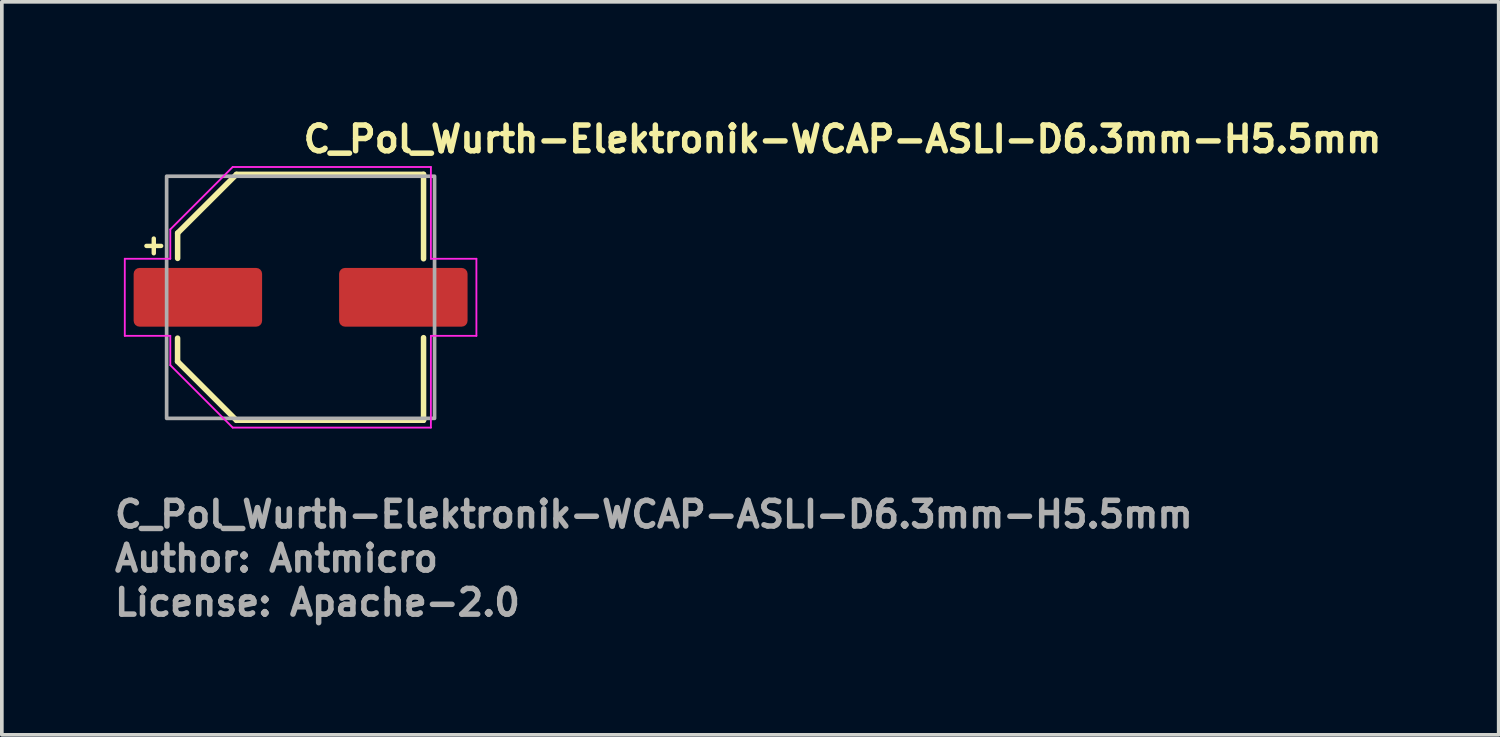
<source format=kicad_pcb>
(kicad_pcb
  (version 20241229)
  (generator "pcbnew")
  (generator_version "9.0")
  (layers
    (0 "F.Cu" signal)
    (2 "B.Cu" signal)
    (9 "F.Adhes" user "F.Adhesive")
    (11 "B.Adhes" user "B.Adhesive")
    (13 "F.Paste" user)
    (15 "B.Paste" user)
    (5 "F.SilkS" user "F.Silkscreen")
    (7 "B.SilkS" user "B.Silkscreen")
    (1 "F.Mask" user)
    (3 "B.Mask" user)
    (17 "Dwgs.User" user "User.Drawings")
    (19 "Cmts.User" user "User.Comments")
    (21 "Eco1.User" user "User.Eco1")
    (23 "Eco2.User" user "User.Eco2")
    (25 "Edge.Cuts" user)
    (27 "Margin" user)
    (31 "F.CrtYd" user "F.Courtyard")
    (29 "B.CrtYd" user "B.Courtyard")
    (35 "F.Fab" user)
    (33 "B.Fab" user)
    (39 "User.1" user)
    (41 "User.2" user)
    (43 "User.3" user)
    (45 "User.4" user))
  (footprint "C_Pol_Wurth-Elektronik-WCAP-ASLI-D6.3mm-H5.5mm"
    (layer "F.Cu")
    (at 5.14 5.05)
    (property "Reference" "C_Pol_Wurth-Elektronik-WCAP-ASLI-D6.3mm-H5.5mm" (at 0 -3.9 0) (layer "F.SilkS") (effects (font (size 0.7 0.7) (thickness 0.15)) (justify left bottom)))
    (attr smd)
    (fp_line (start -4.2 -1.4) (end -3.8 -1.4) (stroke (width 0.12) (type solid)) (layer "F.SilkS"))
    (fp_line (start -4 -1.6) (end -4 -1.2) (stroke (width 0.12) (type solid)) (layer "F.SilkS"))
    (fp_line (start -3.352 1.748) (end -3.352 1.113) (stroke (width 0.15) (type solid)) (layer "F.SilkS"))
    (fp_line (start -3.352 1.748) (end -1.748 3.352) (stroke (width 0.15) (type solid)) (layer "F.SilkS"))
    (fp_line (start -3.35 -1.75) (end -3.35 -1.06) (stroke (width 0.15) (type solid)) (layer "F.SilkS"))
    (fp_line (start -3.35 -1.75) (end -1.747 -3.349) (stroke (width 0.15) (type solid)) (layer "F.SilkS"))
    (fp_line (start -1.748 3.35) (end 3.35 3.35) (stroke (width 0.15) (type solid)) (layer "F.SilkS"))
    (fp_line (start -1.747 -3.349) (end 3.35 -3.35) (stroke (width 0.15) (type solid)) (layer "F.SilkS"))
    (fp_line (start 3.35 -3.35) (end 3.35 -1.05) (stroke (width 0.15) (type solid)) (layer "F.SilkS"))
    (fp_line (start 3.35 3.35) (end 3.35 1.1) (stroke (width 0.15) (type solid)) (layer "F.SilkS"))
    (fp_line (start -4.79 1.05) (end -4.79 -1.05) (stroke (width 0.05) (type solid)) (layer "F.CrtYd"))
    (fp_line (start -4.79 1.05) (end -3.55 1.05) (stroke (width 0.05) (type solid)) (layer "F.CrtYd"))
    (fp_line (start -3.55 -1.85) (end -3.55 -1.05) (stroke (width 0.05) (type solid)) (layer "F.CrtYd"))
    (fp_line (start -3.55 -1.85) (end -1.85 -3.55) (stroke (width 0.05) (type solid)) (layer "F.CrtYd"))
    (fp_line (start -3.55 -1.05) (end -4.79 -1.05) (stroke (width 0.05) (type solid)) (layer "F.CrtYd"))
    (fp_line (start -3.55 1.05) (end -3.55 1.85) (stroke (width 0.05) (type solid)) (layer "F.CrtYd"))
    (fp_line (start -1.85 -3.55) (end 3.55 -3.55) (stroke (width 0.05) (type solid)) (layer "F.CrtYd"))
    (fp_line (start -1.85 3.55) (end -3.55 1.85) (stroke (width 0.05) (type solid)) (layer "F.CrtYd"))
    (fp_line (start -1.85 3.55) (end 3.55 3.55) (stroke (width 0.05) (type solid)) (layer "F.CrtYd"))
    (fp_line (start 3.55 -3.55) (end 3.55 -1.05) (stroke (width 0.05) (type solid)) (layer "F.CrtYd"))
    (fp_line (start 3.55 -1.05) (end 4.79 -1.05) (stroke (width 0.05) (type solid)) (layer "F.CrtYd"))
    (fp_line (start 3.55 3.55) (end 3.55 1.05) (stroke (width 0.05) (type solid)) (layer "F.CrtYd"))
    (fp_line (start 4.79 -1.05) (end 4.79 1.05) (stroke (width 0.05) (type solid)) (layer "F.CrtYd"))
    (fp_line (start 4.79 1.05) (end 3.55 1.05) (stroke (width 0.05) (type solid)) (layer "F.CrtYd"))
    (fp_rect (start -3.65 -3.299) (end 3.65 3.299) (stroke (width 0.1) (type solid)) (fill no) (layer "F.Fab"))
    (fp_rect (start -3.65 -3.299) (end 3.65 3.299) (stroke (width 0.1) (type solid)) (fill no) (layer "User.5"))
    (fp_line (start -3.658 0.325) (end -3.658 -0.325) (stroke (width 0.02) (type solid)) (layer "User.9"))
    (fp_line (start -3.308 -1.75) (end -1.758 -3.299) (stroke (width 0.02) (type solid)) (layer "User.9"))
    (fp_line (start -3.308 -1) (end -3.308 -1.75) (stroke (width 0.02) (type solid)) (layer "User.9"))
    (fp_line (start -3.308 -0.325) (end -3.658 -0.325) (stroke (width 0.02) (type solid)) (layer "User.9"))
    (fp_line (start -3.308 0.325) (end -3.658 0.325) (stroke (width 0.02) (type solid)) (layer "User.9"))
    (fp_line (start -3.308 1) (end -3.308 -1) (stroke (width 0.02) (type solid)) (layer "User.9"))
    (fp_line (start -3.308 1) (end -2.995 1) (stroke (width 0.02) (type solid)) (layer "User.9"))
    (fp_line (start -3.308 1.75) (end -3.308 1) (stroke (width 0.02) (type solid)) (layer "User.9"))
    (fp_line (start -3.158 0) (end -3.153 -0.162) (stroke (width 0.02) (type solid)) (layer "User.9"))
    (fp_line (start -3.153 -0.162) (end -3.141 -0.321) (stroke (width 0.02) (type solid)) (layer "User.9"))
    (fp_line (start -3.153 0.162) (end -3.157 0) (stroke (width 0.02) (type solid)) (layer "User.9"))
    (fp_line (start -3.141 -0.321) (end -3.121 -0.479) (stroke (width 0.02) (type solid)) (layer "User.9"))
    (fp_line (start -3.141 0.322) (end -3.153 0.162) (stroke (width 0.02) (type solid)) (layer "User.9"))
    (fp_line (start -3.121 -0.479) (end -3.093 -0.634) (stroke (width 0.02) (type solid)) (layer "User.9"))
    (fp_line (start -3.121 0.479) (end -3.141 0.322) (stroke (width 0.02) (type solid)) (layer "User.9"))
    (fp_line (start -3.093 -0.634) (end -3.058 -0.786) (stroke (width 0.02) (type solid)) (layer "User.9"))
    (fp_line (start -3.093 0.634) (end -3.121 0.479) (stroke (width 0.02) (type solid)) (layer "User.9"))
    (fp_line (start -3.058 -0.786) (end -3.016 -0.936) (stroke (width 0.02) (type solid)) (layer "User.9"))
    (fp_line (start -3.058 0.787) (end -3.093 0.634) (stroke (width 0.02) (type solid)) (layer "User.9"))
    (fp_line (start -3.016 -0.936) (end -2.966 -1.082) (stroke (width 0.02) (type solid)) (layer "User.9"))
    (fp_line (start -3.016 0.936) (end -3.058 0.787) (stroke (width 0.02) (type solid)) (layer "User.9"))
    (fp_line (start -2.995 -1) (end -3.308 -1) (stroke (width 0.02) (type solid)) (layer "User.9"))
    (fp_line (start -2.966 -1.082) (end -2.91 -1.225) (stroke (width 0.02) (type solid)) (layer "User.9"))
    (fp_line (start -2.966 1.082) (end -3.016 0.936) (stroke (width 0.02) (type solid)) (layer "User.9"))
    (fp_line (start -2.91 -1.225) (end -2.847 -1.365) (stroke (width 0.02) (type solid)) (layer "User.9"))
    (fp_line (start -2.91 1.225) (end -2.966 1.082) (stroke (width 0.02) (type solid)) (layer "User.9"))
    (fp_line (start -2.847 -1.365) (end -2.777 -1.5) (stroke (width 0.02) (type solid)) (layer "User.9"))
    (fp_line (start -2.846 1.365) (end -2.91 1.225) (stroke (width 0.02) (type solid)) (layer "User.9"))
    (fp_line (start -2.777 -1.5) (end -2.701 -1.632) (stroke (width 0.02) (type solid)) (layer "User.9"))
    (fp_line (start -2.777 1.501) (end -2.846 1.365) (stroke (width 0.02) (type solid)) (layer "User.9"))
    (fp_line (start -2.701 -1.632) (end -2.619 -1.76) (stroke (width 0.02) (type solid)) (layer "User.9"))
    (fp_line (start -2.701 1.632) (end -2.777 1.501) (stroke (width 0.02) (type solid)) (layer "User.9"))
    (fp_line (start -2.619 -1.76) (end -2.531 -1.883) (stroke (width 0.02) (type solid)) (layer "User.9"))
    (fp_line (start -2.619 1.76) (end -2.701 1.632) (stroke (width 0.02) (type solid)) (layer "User.9"))
    (fp_line (start -2.531 -1.883) (end -2.438 -2.002) (stroke (width 0.02) (type solid)) (layer "User.9"))
    (fp_line (start -2.531 1.884) (end -2.619 1.76) (stroke (width 0.02) (type solid)) (layer "User.9"))
    (fp_line (start -2.438 -2.002) (end -2.339 -2.117) (stroke (width 0.02) (type solid)) (layer "User.9"))
    (fp_line (start -2.438 2.003) (end -2.531 1.884) (stroke (width 0.02) (type solid)) (layer "User.9"))
    (fp_line (start -2.339 -2.117) (end -2.235 -2.226) (stroke (width 0.02) (type solid)) (layer "User.9"))
    (fp_line (start -2.339 2.117) (end -2.438 2.003) (stroke (width 0.02) (type solid)) (layer "User.9"))
    (fp_line (start -2.235 -2.226) (end -2.125 -2.33) (stroke (width 0.02) (type solid)) (layer "User.9"))
    (fp_line (start -2.234 2.226) (end -2.339 2.117) (stroke (width 0.02) (type solid)) (layer "User.9"))
    (fp_line (start -2.125 -2.33) (end -2.011 -2.429) (stroke (width 0.02) (type solid)) (layer "User.9"))
    (fp_line (start -2.125 2.33) (end -2.234 2.226) (stroke (width 0.02) (type solid)) (layer "User.9"))
    (fp_line (start -2.011 -2.429) (end -1.891 -2.523) (stroke (width 0.02) (type solid)) (layer "User.9"))
    (fp_line (start -2.011 2.429) (end -2.125 2.33) (stroke (width 0.02) (type solid)) (layer "User.9"))
    (fp_line (start -1.891 -2.523) (end -1.768 -2.61) (stroke (width 0.02) (type solid)) (layer "User.9"))
    (fp_line (start -1.891 2.523) (end -2.011 2.429) (stroke (width 0.02) (type solid)) (layer "User.9"))
    (fp_line (start -1.768 -2.61) (end -1.641 -2.692) (stroke (width 0.02) (type solid)) (layer "User.9"))
    (fp_line (start -1.768 2.611) (end -1.891 2.523) (stroke (width 0.02) (type solid)) (layer "User.9"))
    (fp_line (start -1.758 -3.299) (end -1.008 -3.299) (stroke (width 0.02) (type solid)) (layer "User.9"))
    (fp_line (start -1.758 3.299) (end -3.308 1.75) (stroke (width 0.02) (type solid)) (layer "User.9"))
    (fp_line (start -1.641 -2.692) (end -1.508 -2.768) (stroke (width 0.02) (type solid)) (layer "User.9"))
    (fp_line (start -1.64 2.693) (end -1.768 2.611) (stroke (width 0.02) (type solid)) (layer "User.9"))
    (fp_line (start -1.508 -2.768) (end -1.372 -2.838) (stroke (width 0.02) (type solid)) (layer "User.9"))
    (fp_line (start -1.508 2.768) (end -1.64 2.693) (stroke (width 0.02) (type solid)) (layer "User.9"))
    (fp_line (start -1.372 -2.838) (end -1.233 -2.901) (stroke (width 0.02) (type solid)) (layer "User.9"))
    (fp_line (start -1.372 2.838) (end -1.508 2.768) (stroke (width 0.02) (type solid)) (layer "User.9"))
    (fp_line (start -1.233 -2.901) (end -1.09 -2.957) (stroke (width 0.02) (type solid)) (layer "User.9"))
    (fp_line (start -1.233 2.901) (end -1.372 2.838) (stroke (width 0.02) (type solid)) (layer "User.9"))
    (fp_line (start -1.09 -2.957) (end -0.943 -3.007) (stroke (width 0.02) (type solid)) (layer "User.9"))
    (fp_line (start -1.09 2.957) (end -1.233 2.901) (stroke (width 0.02) (type solid)) (layer "User.9"))
    (fp_line (start -1.008 -3.299) (end -1.008 -2.987) (stroke (width 0.02) (type solid)) (layer "User.9"))
    (fp_line (start -1.008 -3.299) (end 0.992 -3.299) (stroke (width 0.02) (type solid)) (layer "User.9"))
    (fp_line (start -1.008 2.987) (end -1.008 3.299) (stroke (width 0.02) (type solid)) (layer "User.9"))
    (fp_line (start -1.008 3.299) (end -1.758 3.299) (stroke (width 0.02) (type solid)) (layer "User.9"))
    (fp_line (start -0.943 -3.007) (end -0.794 -3.049) (stroke (width 0.02) (type solid)) (layer "User.9"))
    (fp_line (start -0.943 3.007) (end -1.09 2.957) (stroke (width 0.02) (type solid)) (layer "User.9"))
    (fp_line (start -0.794 -3.049) (end -0.642 -3.084) (stroke (width 0.02) (type solid)) (layer "User.9"))
    (fp_line (start -0.794 3.049) (end -0.943 3.007) (stroke (width 0.02) (type solid)) (layer "User.9"))
    (fp_line (start -0.642 -3.084) (end -0.487 -3.112) (stroke (width 0.02) (type solid)) (layer "User.9"))
    (fp_line (start -0.642 3.084) (end -0.794 3.049) (stroke (width 0.02) (type solid)) (layer "User.9"))
    (fp_line (start -0.487 -3.112) (end -0.33 -3.132) (stroke (width 0.02) (type solid)) (layer "User.9"))
    (fp_line (start -0.487 3.112) (end -0.642 3.084) (stroke (width 0.02) (type solid)) (layer "User.9"))
    (fp_line (start -0.33 -3.132) (end -0.169 -3.144) (stroke (width 0.02) (type solid)) (layer "User.9"))
    (fp_line (start -0.329 3.132) (end -0.487 3.112) (stroke (width 0.02) (type solid)) (layer "User.9"))
    (fp_line (start -0.169 -3.144) (end -0.008 -3.148) (stroke (width 0.02) (type solid)) (layer "User.9"))
    (fp_line (start -0.169 3.144) (end -0.329 3.132) (stroke (width 0.02) (type solid)) (layer "User.9"))
    (fp_line (start -0.008 -3.148) (end -0.008 -3.148) (stroke (width 0.02) (type solid)) (layer "User.9"))
    (fp_line (start -0.008 -3.148) (end 0.153 -3.144) (stroke (width 0.02) (type solid)) (layer "User.9"))
    (fp_line (start -0.008 3.148) (end -0.169 3.144) (stroke (width 0.02) (type solid)) (layer "User.9"))
    (fp_line (start -0.008 3.148) (end -0.008 3.148) (stroke (width 0.02) (type solid)) (layer "User.9"))
    (fp_line (start 0.153 -3.144) (end 0.314 -3.132) (stroke (width 0.02) (type solid)) (layer "User.9"))
    (fp_line (start 0.154 3.144) (end -0.008 3.148) (stroke (width 0.02) (type solid)) (layer "User.9"))
    (fp_line (start 0.314 -3.132) (end 0.472 -3.112) (stroke (width 0.02) (type solid)) (layer "User.9"))
    (fp_line (start 0.314 3.132) (end 0.154 3.144) (stroke (width 0.02) (type solid)) (layer "User.9"))
    (fp_line (start 0.472 -3.112) (end 0.626 -3.084) (stroke (width 0.02) (type solid)) (layer "User.9"))
    (fp_line (start 0.472 3.112) (end 0.314 3.132) (stroke (width 0.02) (type solid)) (layer "User.9"))
    (fp_line (start 0.626 -3.084) (end 0.778 -3.049) (stroke (width 0.02) (type solid)) (layer "User.9"))
    (fp_line (start 0.626 3.084) (end 0.472 3.112) (stroke (width 0.02) (type solid)) (layer "User.9"))
    (fp_line (start 0.778 -3.049) (end 0.928 -3.007) (stroke (width 0.02) (type solid)) (layer "User.9"))
    (fp_line (start 0.779 3.049) (end 0.626 3.084) (stroke (width 0.02) (type solid)) (layer "User.9"))
    (fp_line (start 0.928 -3.007) (end 1.075 -2.957) (stroke (width 0.02) (type solid)) (layer "User.9"))
    (fp_line (start 0.928 3.007) (end 0.779 3.049) (stroke (width 0.02) (type solid)) (layer "User.9"))
    (fp_line (start 0.992 -3.299) (end 2.992 -3.299) (stroke (width 0.02) (type solid)) (layer "User.9"))
    (fp_line (start 0.992 -2.987) (end 0.992 -3.299) (stroke (width 0.02) (type solid)) (layer "User.9"))
    (fp_line (start 0.992 3.299) (end -1.008 3.299) (stroke (width 0.02) (type solid)) (layer "User.9"))
    (fp_line (start 0.992 3.299) (end 0.992 2.987) (stroke (width 0.02) (type solid)) (layer "User.9"))
    (fp_line (start 1.075 -2.957) (end 1.218 -2.901) (stroke (width 0.02) (type solid)) (layer "User.9"))
    (fp_line (start 1.075 2.957) (end 0.928 3.007) (stroke (width 0.02) (type solid)) (layer "User.9"))
    (fp_line (start 1.125 -2.598) (end 1.222 -2.554) (stroke (width 0.02) (type solid)) (layer "User.9"))
    (fp_line (start 1.125 2.598) (end 1.125 -2.598) (stroke (width 0.02) (type solid)) (layer "User.9"))
    (fp_line (start 1.218 -2.901) (end 1.357 -2.838) (stroke (width 0.02) (type solid)) (layer "User.9"))
    (fp_line (start 1.218 2.901) (end 1.075 2.957) (stroke (width 0.02) (type solid)) (layer "User.9"))
    (fp_line (start 1.222 -2.554) (end 1.315 -2.507) (stroke (width 0.02) (type solid)) (layer "User.9"))
    (fp_line (start 1.315 -2.507) (end 1.406 -2.456) (stroke (width 0.02) (type solid)) (layer "User.9"))
    (fp_line (start 1.315 2.507) (end 1.126 2.598) (stroke (width 0.02) (type solid)) (layer "User.9"))
    (fp_line (start 1.357 -2.838) (end 1.494 -2.768) (stroke (width 0.02) (type solid)) (layer "User.9"))
    (fp_line (start 1.357 2.838) (end 1.218 2.901) (stroke (width 0.02) (type solid)) (layer "User.9"))
    (fp_line (start 1.406 -2.456) (end 1.496 -2.403) (stroke (width 0.02) (type solid)) (layer "User.9"))
    (fp_line (start 1.494 -2.768) (end 1.625 -2.693) (stroke (width 0.02) (type solid)) (layer "User.9"))
    (fp_line (start 1.494 2.768) (end 1.357 2.838) (stroke (width 0.02) (type solid)) (layer "User.9"))
    (fp_line (start 1.496 -2.403) (end 1.583 -2.347) (stroke (width 0.02) (type solid)) (layer "User.9"))
    (fp_line (start 1.496 2.403) (end 1.315 2.507) (stroke (width 0.02) (type solid)) (layer "User.9"))
    (fp_line (start 1.583 -2.347) (end 1.666 -2.287) (stroke (width 0.02) (type solid)) (layer "User.9"))
    (fp_line (start 1.625 -2.693) (end 1.752 -2.611) (stroke (width 0.02) (type solid)) (layer "User.9"))
    (fp_line (start 1.625 2.692) (end 1.494 2.768) (stroke (width 0.02) (type solid)) (layer "User.9"))
    (fp_line (start 1.666 -2.287) (end 1.748 -2.225) (stroke (width 0.02) (type solid)) (layer "User.9"))
    (fp_line (start 1.666 2.287) (end 1.496 2.403) (stroke (width 0.02) (type solid)) (layer "User.9"))
    (fp_line (start 1.748 -2.225) (end 1.827 -2.16) (stroke (width 0.02) (type solid)) (layer "User.9"))
    (fp_line (start 1.752 -2.611) (end 1.876 -2.523) (stroke (width 0.02) (type solid)) (layer "User.9"))
    (fp_line (start 1.752 2.61) (end 1.625 2.692) (stroke (width 0.02) (type solid)) (layer "User.9"))
    (fp_line (start 1.827 -2.16) (end 1.904 -2.093) (stroke (width 0.02) (type solid)) (layer "User.9"))
    (fp_line (start 1.827 2.16) (end 1.666 2.287) (stroke (width 0.02) (type solid)) (layer "User.9"))
    (fp_line (start 1.876 -2.523) (end 1.996 -2.429) (stroke (width 0.02) (type solid)) (layer "User.9"))
    (fp_line (start 1.876 2.523) (end 1.752 2.61) (stroke (width 0.02) (type solid)) (layer "User.9"))
    (fp_line (start 1.904 -2.093) (end 1.978 -2.022) (stroke (width 0.02) (type solid)) (layer "User.9"))
    (fp_line (start 1.978 -2.022) (end 2.05 -1.95) (stroke (width 0.02) (type solid)) (layer "User.9"))
    (fp_line (start 1.978 2.022) (end 1.827 2.16) (stroke (width 0.02) (type solid)) (layer "User.9"))
    (fp_line (start 1.996 -2.429) (end 2.11 -2.33) (stroke (width 0.02) (type solid)) (layer "User.9"))
    (fp_line (start 1.996 2.429) (end 1.876 2.523) (stroke (width 0.02) (type solid)) (layer "User.9"))
    (fp_line (start 2.05 -1.95) (end 2.118 -1.875) (stroke (width 0.02) (type solid)) (layer "User.9"))
    (fp_line (start 2.11 -2.33) (end 2.219 -2.226) (stroke (width 0.02) (type solid)) (layer "User.9"))
    (fp_line (start 2.11 2.33) (end 1.996 2.429) (stroke (width 0.02) (type solid)) (layer "User.9"))
    (fp_line (start 2.118 -1.875) (end 2.184 -1.797) (stroke (width 0.02) (type solid)) (layer "User.9"))
    (fp_line (start 2.118 1.875) (end 1.978 2.022) (stroke (width 0.02) (type solid)) (layer "User.9"))
    (fp_line (start 2.184 -1.797) (end 2.247 -1.718) (stroke (width 0.02) (type solid)) (layer "User.9"))
    (fp_line (start 2.219 -2.226) (end 2.324 -2.117) (stroke (width 0.02) (type solid)) (layer "User.9"))
    (fp_line (start 2.219 2.226) (end 2.11 2.33) (stroke (width 0.02) (type solid)) (layer "User.9"))
    (fp_line (start 2.247 -1.718) (end 2.307 -1.636) (stroke (width 0.02) (type solid)) (layer "User.9"))
    (fp_line (start 2.247 1.718) (end 2.118 1.875) (stroke (width 0.02) (type solid)) (layer "User.9"))
    (fp_line (start 2.307 -1.636) (end 2.364 -1.552) (stroke (width 0.02) (type solid)) (layer "User.9"))
    (fp_line (start 2.324 -2.117) (end 2.423 -2.003) (stroke (width 0.02) (type solid)) (layer "User.9"))
    (fp_line (start 2.324 2.117) (end 2.219 2.226) (stroke (width 0.02) (type solid)) (layer "User.9"))
    (fp_line (start 2.364 -1.552) (end 2.418 -1.467) (stroke (width 0.02) (type solid)) (layer "User.9"))
    (fp_line (start 2.364 1.552) (end 2.247 1.718) (stroke (width 0.02) (type solid)) (layer "User.9"))
    (fp_line (start 2.418 -1.467) (end 2.469 -1.379) (stroke (width 0.02) (type solid)) (layer "User.9"))
    (fp_line (start 2.423 -2.003) (end 2.516 -1.884) (stroke (width 0.02) (type solid)) (layer "User.9"))
    (fp_line (start 2.423 2.002) (end 2.324 2.117) (stroke (width 0.02) (type solid)) (layer "User.9"))
    (fp_line (start 2.469 -1.379) (end 2.517 -1.289) (stroke (width 0.02) (type solid)) (layer "User.9"))
    (fp_line (start 2.469 1.379) (end 2.364 1.552) (stroke (width 0.02) (type solid)) (layer "User.9"))
    (fp_line (start 2.516 -1.884) (end 2.604 -1.76) (stroke (width 0.02) (type solid)) (layer "User.9"))
    (fp_line (start 2.516 1.883) (end 2.423 2.002) (stroke (width 0.02) (type solid)) (layer "User.9"))
    (fp_line (start 2.517 -1.289) (end 2.562 -1.198) (stroke (width 0.02) (type solid)) (layer "User.9"))
    (fp_line (start 2.562 -1.198) (end 2.602 -1.105) (stroke (width 0.02) (type solid)) (layer "User.9"))
    (fp_line (start 2.562 1.198) (end 2.469 1.379) (stroke (width 0.02) (type solid)) (layer "User.9"))
    (fp_line (start 2.602 -1.105) (end 2.641 -1.011) (stroke (width 0.02) (type solid)) (layer "User.9"))
    (fp_line (start 2.604 -1.76) (end 2.686 -1.632) (stroke (width 0.02) (type solid)) (layer "User.9"))
    (fp_line (start 2.604 1.76) (end 2.516 1.883) (stroke (width 0.02) (type solid)) (layer "User.9"))
    (fp_line (start 2.641 -1.011) (end 2.675 -0.915) (stroke (width 0.02) (type solid)) (layer "User.9"))
    (fp_line (start 2.641 1.011) (end 2.562 1.198) (stroke (width 0.02) (type solid)) (layer "User.9"))
    (fp_line (start 2.675 -0.915) (end 2.707 -0.818) (stroke (width 0.02) (type solid)) (layer "User.9"))
    (fp_line (start 2.686 -1.632) (end 2.762 -1.501) (stroke (width 0.02) (type solid)) (layer "User.9"))
    (fp_line (start 2.686 1.632) (end 2.604 1.76) (stroke (width 0.02) (type solid)) (layer "User.9"))
    (fp_line (start 2.707 -0.818) (end 2.735 -0.719) (stroke (width 0.02) (type solid)) (layer "User.9"))
    (fp_line (start 2.707 0.818) (end 2.641 1.011) (stroke (width 0.02) (type solid)) (layer "User.9"))
    (fp_line (start 2.735 -0.719) (end 2.759 -0.619) (stroke (width 0.02) (type solid)) (layer "User.9"))
    (fp_line (start 2.759 -0.619) (end 2.779 -0.518) (stroke (width 0.02) (type solid)) (layer "User.9"))
    (fp_line (start 2.759 0.619) (end 2.707 0.818) (stroke (width 0.02) (type solid)) (layer "User.9"))
    (fp_line (start 2.762 -1.501) (end 2.83 -1.365) (stroke (width 0.02) (type solid)) (layer "User.9"))
    (fp_line (start 2.762 1.5) (end 2.686 1.632) (stroke (width 0.02) (type solid)) (layer "User.9"))
    (fp_line (start 2.779 -0.518) (end 2.795 -0.416) (stroke (width 0.02) (type solid)) (layer "User.9"))
    (fp_line (start 2.795 -0.416) (end 2.808 -0.313) (stroke (width 0.02) (type solid)) (layer "User.9"))
    (fp_line (start 2.795 0.416) (end 2.759 0.619) (stroke (width 0.02) (type solid)) (layer "User.9"))
    (fp_line (start 2.808 -0.313) (end 2.819 -0.209) (stroke (width 0.02) (type solid)) (layer "User.9"))
    (fp_line (start 2.819 -0.209) (end 2.824 -0.105) (stroke (width 0.02) (type solid)) (layer "User.9"))
    (fp_line (start 2.819 0.209) (end 2.795 0.416) (stroke (width 0.02) (type solid)) (layer "User.9"))
    (fp_line (start 2.824 -0.105) (end 2.827 0) (stroke (width 0.02) (type solid)) (layer "User.9"))
    (fp_line (start 2.827 0) (end 2.819 0.209) (stroke (width 0.02) (type solid)) (layer "User.9"))
    (fp_line (start 2.83 -1.365) (end 2.894 -1.225) (stroke (width 0.02) (type solid)) (layer "User.9"))
    (fp_line (start 2.831 1.365) (end 2.762 1.5) (stroke (width 0.02) (type solid)) (layer "User.9"))
    (fp_line (start 2.894 -1.225) (end 2.949 -1.082) (stroke (width 0.02) (type solid)) (layer "User.9"))
    (fp_line (start 2.894 1.225) (end 2.831 1.365) (stroke (width 0.02) (type solid)) (layer "User.9"))
    (fp_line (start 2.949 -1.082) (end 3 -0.936) (stroke (width 0.02) (type solid)) (layer "User.9"))
    (fp_line (start 2.949 1.082) (end 2.894 1.225) (stroke (width 0.02) (type solid)) (layer "User.9"))
    (fp_line (start 2.979 1) (end 3.291 1) (stroke (width 0.02) (type solid)) (layer "User.9"))
    (fp_line (start 2.992 3.299) (end 0.992 3.299) (stroke (width 0.02) (type solid)) (layer "User.9"))
    (fp_line (start 2.992 3.299) (end 3.005 3.299) (stroke (width 0.02) (type solid)) (layer "User.9"))
    (fp_line (start 3 -0.936) (end 3.041 -0.787) (stroke (width 0.02) (type solid)) (layer "User.9"))
    (fp_line (start 3 0.936) (end 2.949 1.082) (stroke (width 0.02) (type solid)) (layer "User.9"))
    (fp_line (start 3.005 -3.299) (end 2.992 -3.299) (stroke (width 0.02) (type solid)) (layer "User.9"))
    (fp_line (start 3.005 3.299) (end 3.021 3.298) (stroke (width 0.02) (type solid)) (layer "User.9"))
    (fp_line (start 3.021 -3.298) (end 3.005 -3.299) (stroke (width 0.02) (type solid)) (layer "User.9"))
    (fp_line (start 3.021 3.298) (end 3.036 3.296) (stroke (width 0.02) (type solid)) (layer "User.9"))
    (fp_line (start 3.036 -3.296) (end 3.021 -3.298) (stroke (width 0.02) (type solid)) (layer "User.9"))
    (fp_line (start 3.036 3.296) (end 3.049 3.294) (stroke (width 0.02) (type solid)) (layer "User.9"))
    (fp_line (start 3.041 -0.787) (end 3.077 -0.634) (stroke (width 0.02) (type solid)) (layer "User.9"))
    (fp_line (start 3.041 0.786) (end 3 0.936) (stroke (width 0.02) (type solid)) (layer "User.9"))
    (fp_line (start 3.049 -3.294) (end 3.036 -3.296) (stroke (width 0.02) (type solid)) (layer "User.9"))
    (fp_line (start 3.049 3.294) (end 3.065 3.29) (stroke (width 0.02) (type solid)) (layer "User.9"))
    (fp_line (start 3.065 -3.29) (end 3.049 -3.294) (stroke (width 0.02) (type solid)) (layer "User.9"))
    (fp_line (start 3.065 3.29) (end 3.078 3.287) (stroke (width 0.02) (type solid)) (layer "User.9"))
    (fp_line (start 3.077 -0.634) (end 3.105 -0.479) (stroke (width 0.02) (type solid)) (layer "User.9"))
    (fp_line (start 3.077 0.634) (end 3.041 0.786) (stroke (width 0.02) (type solid)) (layer "User.9"))
    (fp_line (start 3.078 -3.287) (end 3.065 -3.29) (stroke (width 0.02) (type solid)) (layer "User.9"))
    (fp_line (start 3.078 3.287) (end 3.093 3.282) (stroke (width 0.02) (type solid)) (layer "User.9"))
    (fp_line (start 3.093 -3.282) (end 3.078 -3.287) (stroke (width 0.02) (type solid)) (layer "User.9"))
    (fp_line (start 3.093 3.282) (end 3.106 3.277) (stroke (width 0.02) (type solid)) (layer "User.9"))
    (fp_line (start 3.105 -0.479) (end 3.125 -0.322) (stroke (width 0.02) (type solid)) (layer "User.9"))
    (fp_line (start 3.105 0.479) (end 3.077 0.634) (stroke (width 0.02) (type solid)) (layer "User.9"))
    (fp_line (start 3.106 -3.277) (end 3.093 -3.282) (stroke (width 0.02) (type solid)) (layer "User.9"))
    (fp_line (start 3.106 3.277) (end 3.12 3.271) (stroke (width 0.02) (type solid)) (layer "User.9"))
    (fp_line (start 3.12 -3.271) (end 3.106 -3.277) (stroke (width 0.02) (type solid)) (layer "User.9"))
    (fp_line (start 3.12 3.271) (end 3.133 3.264) (stroke (width 0.02) (type solid)) (layer "User.9"))
    (fp_line (start 3.125 -0.322) (end 3.137 -0.162) (stroke (width 0.02) (type solid)) (layer "User.9"))
    (fp_line (start 3.125 0.321) (end 3.105 0.479) (stroke (width 0.02) (type solid)) (layer "User.9"))
    (fp_line (start 3.133 -3.264) (end 3.12 -3.271) (stroke (width 0.02) (type solid)) (layer "User.9"))
    (fp_line (start 3.133 3.264) (end 3.146 3.257) (stroke (width 0.02) (type solid)) (layer "User.9"))
    (fp_line (start 3.137 -0.162) (end 3.141 0) (stroke (width 0.02) (type solid)) (layer "User.9"))
    (fp_line (start 3.137 0.162) (end 3.125 0.321) (stroke (width 0.02) (type solid)) (layer "User.9"))
    (fp_line (start 3.141 0) (end 3.137 0.162) (stroke (width 0.02) (type solid)) (layer "User.9"))
    (fp_line (start 3.146 -3.257) (end 3.133 -3.264) (stroke (width 0.02) (type solid)) (layer "User.9"))
    (fp_line (start 3.146 3.257) (end 3.158 3.249) (stroke (width 0.02) (type solid)) (layer "User.9"))
    (fp_line (start 3.158 -3.249) (end 3.146 -3.257) (stroke (width 0.02) (type solid)) (layer "User.9"))
    (fp_line (start 3.158 3.249) (end 3.17 3.241) (stroke (width 0.02) (type solid)) (layer "User.9"))
    (fp_line (start 3.17 -3.241) (end 3.158 -3.249) (stroke (width 0.02) (type solid)) (layer "User.9"))
    (fp_line (start 3.17 3.241) (end 3.182 3.232) (stroke (width 0.02) (type solid)) (layer "User.9"))
    (fp_line (start 3.182 -3.232) (end 3.17 -3.241) (stroke (width 0.02) (type solid)) (layer "User.9"))
    (fp_line (start 3.182 3.232) (end 3.193 3.222) (stroke (width 0.02) (type solid)) (layer "User.9"))
    (fp_line (start 3.193 -3.222) (end 3.182 -3.232) (stroke (width 0.02) (type solid)) (layer "User.9"))
    (fp_line (start 3.193 3.222) (end 3.203 3.212) (stroke (width 0.02) (type solid)) (layer "User.9"))
    (fp_line (start 3.203 -3.212) (end 3.193 -3.222) (stroke (width 0.02) (type solid)) (layer "User.9"))
    (fp_line (start 3.203 -3.212) (end 3.203 -3.212) (stroke (width 0.02) (type solid)) (layer "User.9"))
    (fp_line (start 3.203 3.212) (end 3.203 3.212) (stroke (width 0.02) (type solid)) (layer "User.9"))
    (fp_line (start 3.203 3.212) (end 3.214 3.201) (stroke (width 0.02) (type solid)) (layer "User.9"))
    (fp_line (start 3.214 -3.201) (end 3.203 -3.212) (stroke (width 0.02) (type solid)) (layer "User.9"))
    (fp_line (start 3.214 3.201) (end 3.223 3.19) (stroke (width 0.02) (type solid)) (layer "User.9"))
    (fp_line (start 3.223 -3.19) (end 3.214 -3.201) (stroke (width 0.02) (type solid)) (layer "User.9"))
    (fp_line (start 3.223 3.19) (end 3.233 3.178) (stroke (width 0.02) (type solid)) (layer "User.9"))
    (fp_line (start 3.233 -3.178) (end 3.223 -3.19) (stroke (width 0.02) (type solid)) (layer "User.9"))
    (fp_line (start 3.233 3.178) (end 3.241 3.166) (stroke (width 0.02) (type solid)) (layer "User.9"))
    (fp_line (start 3.241 -3.166) (end 3.233 -3.178) (stroke (width 0.02) (type solid)) (layer "User.9"))
    (fp_line (start 3.241 3.166) (end 3.249 3.154) (stroke (width 0.02) (type solid)) (layer "User.9"))
    (fp_line (start 3.249 -3.154) (end 3.241 -3.166) (stroke (width 0.02) (type solid)) (layer "User.9"))
    (fp_line (start 3.249 3.154) (end 3.255 3.141) (stroke (width 0.02) (type solid)) (layer "User.9"))
    (fp_line (start 3.255 -3.141) (end 3.249 -3.154) (stroke (width 0.02) (type solid)) (layer "User.9"))
    (fp_line (start 3.255 3.141) (end 3.263 3.128) (stroke (width 0.02) (type solid)) (layer "User.9"))
    (fp_line (start 3.263 -3.128) (end 3.255 -3.141) (stroke (width 0.02) (type solid)) (layer "User.9"))
    (fp_line (start 3.263 3.128) (end 3.269 3.114) (stroke (width 0.02) (type solid)) (layer "User.9"))
    (fp_line (start 3.269 -3.114) (end 3.263 -3.128) (stroke (width 0.02) (type solid)) (layer "User.9"))
    (fp_line (start 3.269 3.114) (end 3.274 3.101) (stroke (width 0.02) (type solid)) (layer "User.9"))
    (fp_line (start 3.274 -3.101) (end 3.269 -3.114) (stroke (width 0.02) (type solid)) (layer "User.9"))
    (fp_line (start 3.274 3.101) (end 3.279 3.087) (stroke (width 0.02) (type solid)) (layer "User.9"))
    (fp_line (start 3.279 -3.087) (end 3.274 -3.101) (stroke (width 0.02) (type solid)) (layer "User.9"))
    (fp_line (start 3.279 3.087) (end 3.282 3.073) (stroke (width 0.02) (type solid)) (layer "User.9"))
    (fp_line (start 3.282 -3.073) (end 3.279 -3.087) (stroke (width 0.02) (type solid)) (layer "User.9"))
    (fp_line (start 3.282 3.073) (end 3.286 3.058) (stroke (width 0.02) (type solid)) (layer "User.9"))
    (fp_line (start 3.286 -3.058) (end 3.282 -3.073) (stroke (width 0.02) (type solid)) (layer "User.9"))
    (fp_line (start 3.286 3.058) (end 3.287 3.044) (stroke (width 0.02) (type solid)) (layer "User.9"))
    (fp_line (start 3.287 -3.044) (end 3.286 -3.058) (stroke (width 0.02) (type solid)) (layer "User.9"))
    (fp_line (start 3.287 3.044) (end 3.29 3.029) (stroke (width 0.02) (type solid)) (layer "User.9"))
    (fp_line (start 3.29 -3.029) (end 3.287 -3.044) (stroke (width 0.02) (type solid)) (layer "User.9"))
    (fp_line (start 3.29 3.029) (end 3.291 3.014) (stroke (width 0.02) (type solid)) (layer "User.9"))
    (fp_line (start 3.291 -3.014) (end 3.29 -3.029) (stroke (width 0.02) (type solid)) (layer "User.9"))
    (fp_line (start 3.291 -3) (end 3.291 -3.014) (stroke (width 0.02) (type solid)) (layer "User.9"))
    (fp_line (start 3.291 -3) (end 3.291 -1) (stroke (width 0.02) (type solid)) (layer "User.9"))
    (fp_line (start 3.291 -1) (end 2.979 -1) (stroke (width 0.02) (type solid)) (layer "User.9"))
    (fp_line (start 3.291 -1) (end 3.291 1) (stroke (width 0.02) (type solid)) (layer "User.9"))
    (fp_line (start 3.291 1) (end 3.291 3) (stroke (width 0.02) (type solid)) (layer "User.9"))
    (fp_line (start 3.291 3.014) (end 3.291 3) (stroke (width 0.02) (type solid)) (layer "User.9"))
    (fp_line (start 3.642 -0.325) (end 3.291 -0.325) (stroke (width 0.02) (type solid)) (layer "User.9"))
    (fp_line (start 3.642 -0.325) (end 3.642 0.325) (stroke (width 0.02) (type solid)) (layer "User.9"))
    (fp_line (start 3.642 0.325) (end 3.291 0.325) (stroke (width 0.02) (type solid)) (layer "User.9"))
    (fp_text user "${REFERENCE}" (at -5.14 6.325 0) (layer "F.Fab") (effects (font (size 0.7 0.7) (thickness 0.15)) (justify left bottom)))
    (fp_text user "Author: Antmicro" (at -5.14 7.525 0) (layer "F.Fab") (effects (font (size 0.7 0.7) (thickness 0.15)) (justify left bottom)))
    (fp_text user "License: Apache-2.0" (at -5.14 8.725 0) (layer "F.Fab") (effects (font (size 0.7 0.7) (thickness 0.15)) (justify left bottom)))
    (pad "1" smd roundrect (at -2.799 0) (size 3.5 1.6) (layers "F.Cu" "F.Mask" "F.Paste") (roundrect_rratio 0.1))
    (pad "2" smd roundrect (at 2.799 0) (size 3.5 1.6) (layers "F.Cu" "F.Mask" "F.Paste") (roundrect_rratio 0.1)))
  (gr_rect
    (start -3 -3)
    (end 37.783 16.971)
    (stroke (width 0.1) (type default))
    (fill no)
    (layer "Edge.Cuts")))
</source>
